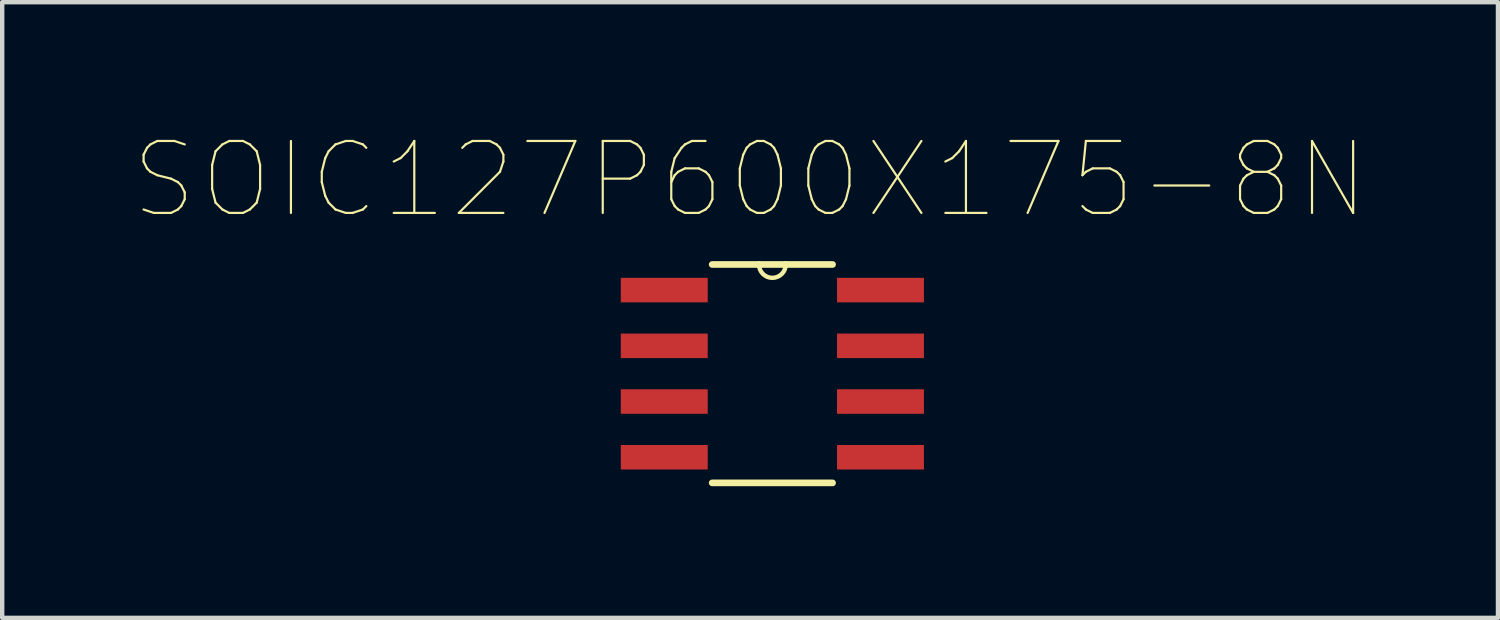
<source format=kicad_pcb>
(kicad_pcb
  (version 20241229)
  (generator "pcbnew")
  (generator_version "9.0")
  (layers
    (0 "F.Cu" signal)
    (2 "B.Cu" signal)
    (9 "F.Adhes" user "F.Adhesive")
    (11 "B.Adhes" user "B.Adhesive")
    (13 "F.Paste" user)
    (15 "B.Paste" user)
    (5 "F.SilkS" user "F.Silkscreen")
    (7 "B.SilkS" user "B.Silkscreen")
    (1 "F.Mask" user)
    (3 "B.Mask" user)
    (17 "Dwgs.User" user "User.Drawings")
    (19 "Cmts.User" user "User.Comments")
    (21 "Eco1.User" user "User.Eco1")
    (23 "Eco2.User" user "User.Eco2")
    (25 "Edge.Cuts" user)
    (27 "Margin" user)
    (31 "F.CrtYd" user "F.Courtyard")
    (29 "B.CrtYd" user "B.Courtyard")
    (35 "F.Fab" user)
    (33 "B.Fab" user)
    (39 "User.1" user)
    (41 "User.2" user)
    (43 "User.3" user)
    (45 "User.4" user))
  (footprint "SOIC127P600X175-8N"
    (layer "F.Cu")
    (at 14.554 5.467)
    (property "Reference" "SOIC127P600X175-8N" (at -0.508 -4.42 0) (layer "F.SilkS") (effects (font (size 1.64 1.64) (thickness 0.05))))
    (attr smd)
    (fp_line (start -1.372 2.489) (end 1.372 2.489) (stroke (width 0.152) (type solid)) (layer "F.SilkS"))
    (fp_line (start -0.305 -2.489) (end -1.372 -2.489) (stroke (width 0.152) (type solid)) (layer "F.SilkS"))
    (fp_line (start 0.305 -2.489) (end -0.305 -2.489) (stroke (width 0.152) (type solid)) (layer "F.SilkS"))
    (fp_line (start 1.372 -2.489) (end 0.305 -2.489) (stroke (width 0.152) (type solid)) (layer "F.SilkS"))
    (fp_arc (start 0.3048 -2.4892) (mid 0 -2.1844) (end -0.3048 -2.4892) (stroke (width 0.1) (type solid)) (layer "F.SilkS"))
    (pad "1" smd rect (at -2.464 -1.905) (size 1.981 0.559) (layers "F.Cu" "F.Mask" "F.Paste"))
    (pad "2" smd rect (at -2.464 -0.635) (size 1.981 0.559) (layers "F.Cu" "F.Mask" "F.Paste"))
    (pad "3" smd rect (at -2.464 0.635) (size 1.981 0.559) (layers "F.Cu" "F.Mask" "F.Paste"))
    (pad "4" smd rect (at -2.464 1.905) (size 1.981 0.559) (layers "F.Cu" "F.Mask" "F.Paste"))
    (pad "5" smd rect (at 2.464 1.905) (size 1.981 0.559) (layers "F.Cu" "F.Mask" "F.Paste"))
    (pad "6" smd rect (at 2.464 0.635) (size 1.981 0.559) (layers "F.Cu" "F.Mask" "F.Paste"))
    (pad "7" smd rect (at 2.464 -0.635) (size 1.981 0.559) (layers "F.Cu" "F.Mask" "F.Paste"))
    (pad "8" smd rect (at 2.464 -1.905) (size 1.981 0.559) (layers "F.Cu" "F.Mask" "F.Paste")))
  (gr_rect
    (start -3 -3)
    (end 31.092 11.032)
    (stroke (width 0.1) (type default))
    (fill no)
    (layer "Edge.Cuts")))
</source>
